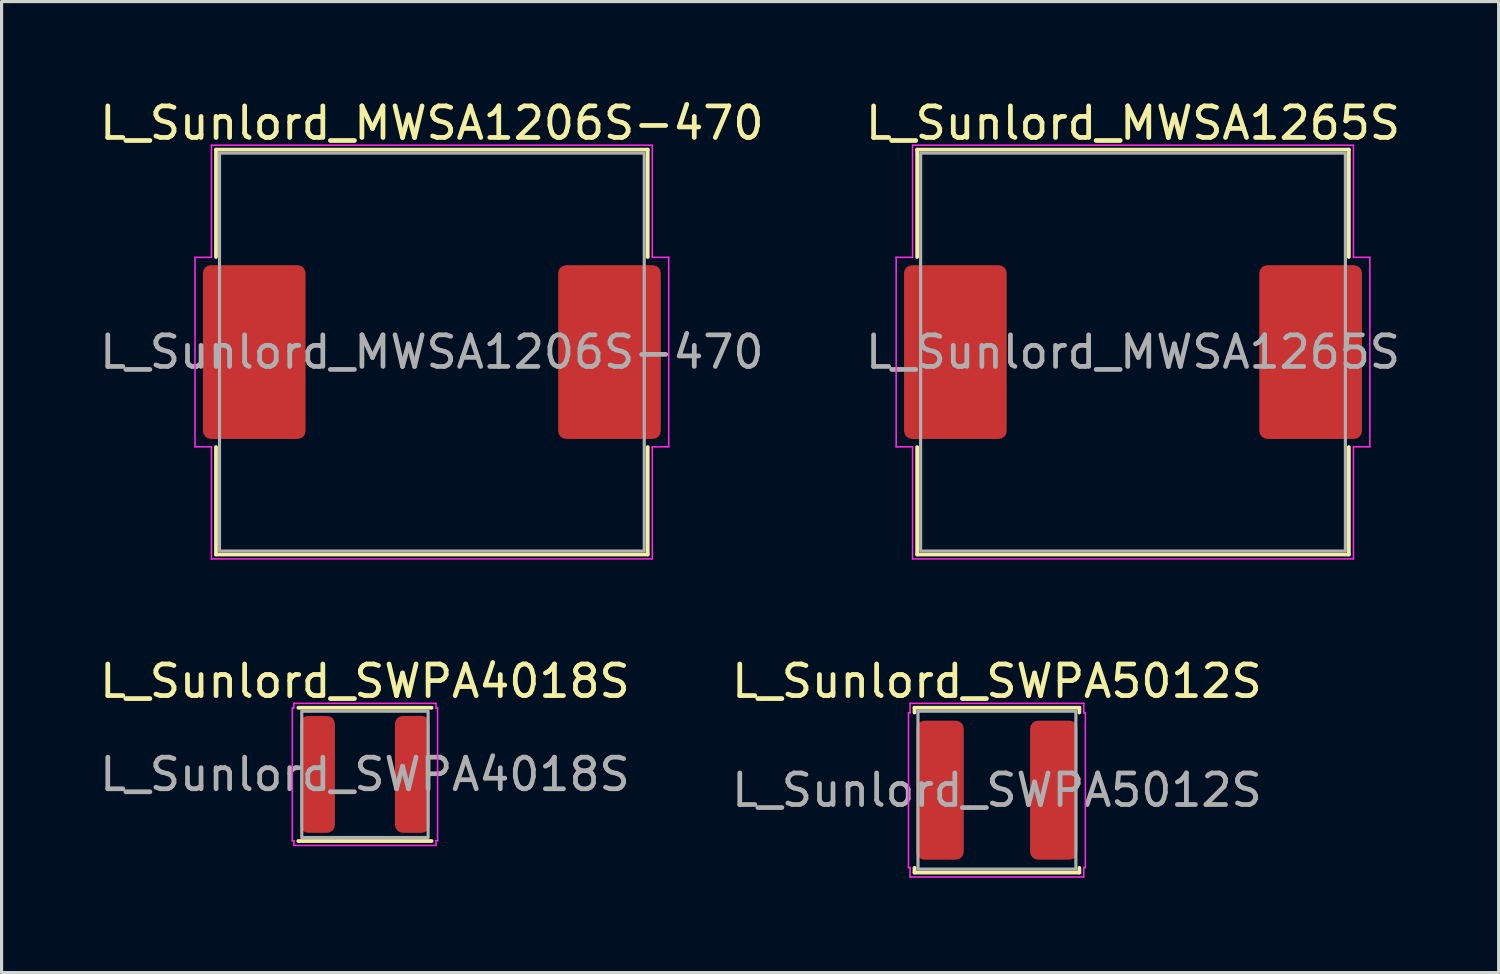
<source format=kicad_pcb>
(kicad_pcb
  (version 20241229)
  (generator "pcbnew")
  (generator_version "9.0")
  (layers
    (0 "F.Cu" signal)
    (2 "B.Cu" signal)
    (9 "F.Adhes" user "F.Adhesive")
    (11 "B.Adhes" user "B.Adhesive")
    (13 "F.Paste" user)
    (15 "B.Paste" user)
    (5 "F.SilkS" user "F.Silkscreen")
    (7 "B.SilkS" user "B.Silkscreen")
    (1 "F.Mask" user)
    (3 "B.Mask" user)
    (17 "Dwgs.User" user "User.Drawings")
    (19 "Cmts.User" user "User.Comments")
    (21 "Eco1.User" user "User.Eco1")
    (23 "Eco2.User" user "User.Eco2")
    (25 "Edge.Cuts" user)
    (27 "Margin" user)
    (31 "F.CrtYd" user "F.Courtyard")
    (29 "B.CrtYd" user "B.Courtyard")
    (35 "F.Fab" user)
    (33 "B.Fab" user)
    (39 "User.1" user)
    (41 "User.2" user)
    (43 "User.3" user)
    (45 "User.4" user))
  (footprint "L_Sunlord_SWPA4018S"
    (layer "F.Cu")
    (at 8.506 21.471)
    (property "Reference" "L_Sunlord_SWPA4018S" (at 0 -2.95 0) (layer "F.SilkS") (effects (font (size 1 1) (thickness 0.15))))
    (attr smd)
    (fp_line (start -2.11 -2.11) (end 2.11 -2.11) (stroke (width 0.12) (type solid)) (layer "F.SilkS"))
    (fp_line (start 2.11 2.11) (end -2.11 2.11) (stroke (width 0.12) (type solid)) (layer "F.SilkS"))
    (fp_line (start -2.3 -2.1) (end -2.25 -2.1) (stroke (width 0.05) (type solid)) (layer "F.CrtYd"))
    (fp_line (start -2.3 2.1) (end -2.3 -2.1) (stroke (width 0.05) (type solid)) (layer "F.CrtYd"))
    (fp_line (start -2.25 -2.25) (end 2.25 -2.25) (stroke (width 0.05) (type solid)) (layer "F.CrtYd"))
    (fp_line (start -2.25 -2.1) (end -2.25 -2.25) (stroke (width 0.05) (type solid)) (layer "F.CrtYd"))
    (fp_line (start -2.25 2.1) (end -2.3 2.1) (stroke (width 0.05) (type solid)) (layer "F.CrtYd"))
    (fp_line (start -2.25 2.25) (end -2.25 2.1) (stroke (width 0.05) (type solid)) (layer "F.CrtYd"))
    (fp_line (start 2.25 -2.25) (end 2.25 -2.1) (stroke (width 0.05) (type solid)) (layer "F.CrtYd"))
    (fp_line (start 2.25 -2.1) (end 2.3 -2.1) (stroke (width 0.05) (type solid)) (layer "F.CrtYd"))
    (fp_line (start 2.25 2.1) (end 2.25 2.25) (stroke (width 0.05) (type solid)) (layer "F.CrtYd"))
    (fp_line (start 2.25 2.25) (end -2.25 2.25) (stroke (width 0.05) (type solid)) (layer "F.CrtYd"))
    (fp_line (start 2.3 -2.1) (end 2.3 2.1) (stroke (width 0.05) (type solid)) (layer "F.CrtYd"))
    (fp_line (start 2.3 2.1) (end 2.25 2.1) (stroke (width 0.05) (type solid)) (layer "F.CrtYd"))
    (fp_rect (start -2 -2) (end 2 2) (stroke (width 0.1) (type solid)) (fill no) (layer "F.Fab"))
    (fp_text user "${REFERENCE}" (at 0 0 0) (layer "F.Fab") (effects (font (size 1 1) (thickness 0.15))))
    (pad "1" smd roundrect (at -1.5 0) (size 1.1 3.7) (layers "F.Cu" "F.Mask" "F.Paste") (roundrect_rratio 0.227))
    (pad "2" smd roundrect (at 1.5 0) (size 1.1 3.7) (layers "F.Cu" "F.Mask" "F.Paste") (roundrect_rratio 0.227)))
  (footprint "L_Sunlord_SWPA5012S"
    (layer "F.Cu")
    (at 28.518 21.971)
    (property "Reference" "L_Sunlord_SWPA5012S" (at 0 -3.45 0) (layer "F.SilkS") (effects (font (size 1 1) (thickness 0.15))))
    (attr smd)
    (fp_line (start -2.61 -2.61) (end 2.61 -2.61) (stroke (width 0.12) (type solid)) (layer "F.SilkS"))
    (fp_line (start -2.61 -2.46) (end -2.61 -2.61) (stroke (width 0.12) (type solid)) (layer "F.SilkS"))
    (fp_line (start -2.61 2.61) (end -2.61 2.46) (stroke (width 0.12) (type solid)) (layer "F.SilkS"))
    (fp_line (start 2.61 -2.61) (end 2.61 -2.46) (stroke (width 0.12) (type solid)) (layer "F.SilkS"))
    (fp_line (start 2.61 2.46) (end 2.61 2.61) (stroke (width 0.12) (type solid)) (layer "F.SilkS"))
    (fp_line (start 2.61 2.61) (end -2.61 2.61) (stroke (width 0.12) (type solid)) (layer "F.SilkS"))
    (fp_line (start -2.8 -2.45) (end -2.75 -2.45) (stroke (width 0.05) (type solid)) (layer "F.CrtYd"))
    (fp_line (start -2.8 2.45) (end -2.8 -2.45) (stroke (width 0.05) (type solid)) (layer "F.CrtYd"))
    (fp_line (start -2.75 -2.75) (end 2.75 -2.75) (stroke (width 0.05) (type solid)) (layer "F.CrtYd"))
    (fp_line (start -2.75 -2.45) (end -2.75 -2.75) (stroke (width 0.05) (type solid)) (layer "F.CrtYd"))
    (fp_line (start -2.75 2.45) (end -2.8 2.45) (stroke (width 0.05) (type solid)) (layer "F.CrtYd"))
    (fp_line (start -2.75 2.75) (end -2.75 2.45) (stroke (width 0.05) (type solid)) (layer "F.CrtYd"))
    (fp_line (start 2.75 -2.75) (end 2.75 -2.45) (stroke (width 0.05) (type solid)) (layer "F.CrtYd"))
    (fp_line (start 2.75 -2.45) (end 2.8 -2.45) (stroke (width 0.05) (type solid)) (layer "F.CrtYd"))
    (fp_line (start 2.75 2.45) (end 2.75 2.75) (stroke (width 0.05) (type solid)) (layer "F.CrtYd"))
    (fp_line (start 2.75 2.75) (end -2.75 2.75) (stroke (width 0.05) (type solid)) (layer "F.CrtYd"))
    (fp_line (start 2.8 -2.45) (end 2.8 2.45) (stroke (width 0.05) (type solid)) (layer "F.CrtYd"))
    (fp_line (start 2.8 2.45) (end 2.75 2.45) (stroke (width 0.05) (type solid)) (layer "F.CrtYd"))
    (fp_rect (start -2.5 -2.5) (end 2.5 2.5) (stroke (width 0.1) (type solid)) (fill no) (layer "F.Fab"))
    (fp_text user "${REFERENCE}" (at 0 0 0) (layer "F.Fab") (effects (font (size 1 1) (thickness 0.15))))
    (pad "1" smd roundrect (at -1.8 0) (size 1.5 4.4) (layers "F.Cu" "F.Mask" "F.Paste") (roundrect_rratio 0.167))
    (pad "2" smd roundrect (at 1.8 0) (size 1.5 4.4) (layers "F.Cu" "F.Mask" "F.Paste") (roundrect_rratio 0.167)))
  (footprint "L_Sunlord_MWSA1206S-470"
    (layer "F.Cu")
    (at 10.625 8.098)
    (property "Reference" "L_Sunlord_MWSA1206S-470" (at 0 -7.25 0) (layer "F.SilkS") (effects (font (size 1 1) (thickness 0.15))))
    (attr smd)
    (fp_line (start -6.835 -6.41) (end 6.835 -6.41) (stroke (width 0.12) (type solid)) (layer "F.SilkS"))
    (fp_line (start -6.835 -3.01) (end -6.835 -6.41) (stroke (width 0.12) (type solid)) (layer "F.SilkS"))
    (fp_line (start -6.835 6.41) (end -6.835 3.01) (stroke (width 0.12) (type solid)) (layer "F.SilkS"))
    (fp_line (start 6.835 -6.41) (end 6.835 -3.01) (stroke (width 0.12) (type solid)) (layer "F.SilkS"))
    (fp_line (start 6.835 3.01) (end 6.835 6.41) (stroke (width 0.12) (type solid)) (layer "F.SilkS"))
    (fp_line (start 6.835 6.41) (end -6.835 6.41) (stroke (width 0.12) (type solid)) (layer "F.SilkS"))
    (fp_line (start -7.5 -3) (end -6.98 -3) (stroke (width 0.05) (type solid)) (layer "F.CrtYd"))
    (fp_line (start -7.5 3) (end -7.5 -3) (stroke (width 0.05) (type solid)) (layer "F.CrtYd"))
    (fp_line (start -6.98 -6.55) (end 6.98 -6.55) (stroke (width 0.05) (type solid)) (layer "F.CrtYd"))
    (fp_line (start -6.98 -3) (end -6.98 -6.55) (stroke (width 0.05) (type solid)) (layer "F.CrtYd"))
    (fp_line (start -6.98 3) (end -7.5 3) (stroke (width 0.05) (type solid)) (layer "F.CrtYd"))
    (fp_line (start -6.98 6.55) (end -6.98 3) (stroke (width 0.05) (type solid)) (layer "F.CrtYd"))
    (fp_line (start 6.98 -6.55) (end 6.98 -3) (stroke (width 0.05) (type solid)) (layer "F.CrtYd"))
    (fp_line (start 6.98 -3) (end 7.5 -3) (stroke (width 0.05) (type solid)) (layer "F.CrtYd"))
    (fp_line (start 6.98 3) (end 6.98 6.55) (stroke (width 0.05) (type solid)) (layer "F.CrtYd"))
    (fp_line (start 6.98 6.55) (end -6.98 6.55) (stroke (width 0.05) (type solid)) (layer "F.CrtYd"))
    (fp_line (start 7.5 -3) (end 7.5 3) (stroke (width 0.05) (type solid)) (layer "F.CrtYd"))
    (fp_line (start 7.5 3) (end 6.98 3) (stroke (width 0.05) (type solid)) (layer "F.CrtYd"))
    (fp_rect (start -6.725 -6.3) (end 6.725 6.3) (stroke (width 0.1) (type solid)) (fill no) (layer "F.Fab"))
    (fp_text user "${REFERENCE}" (at 0 0 0) (layer "F.Fab") (effects (font (size 1 1) (thickness 0.15))))
    (pad "1" smd roundrect (at -5.625 0) (size 3.25 5.5) (layers "F.Cu" "F.Mask" "F.Paste") (roundrect_rratio 0.077))
    (pad "2" smd roundrect (at 5.625 0) (size 3.25 5.5) (layers "F.Cu" "F.Mask" "F.Paste") (roundrect_rratio 0.077)))
  (footprint "L_Sunlord_MWSA1265S"
    (layer "F.Cu")
    (at 32.827 8.098)
    (property "Reference" "L_Sunlord_MWSA1265S" (at 0 -7.25 0) (layer "F.SilkS") (effects (font (size 1 1) (thickness 0.15))))
    (attr smd)
    (fp_line (start -6.835 -6.41) (end 6.835 -6.41) (stroke (width 0.12) (type solid)) (layer "F.SilkS"))
    (fp_line (start -6.835 -3.01) (end -6.835 -6.41) (stroke (width 0.12) (type solid)) (layer "F.SilkS"))
    (fp_line (start -6.835 6.41) (end -6.835 3.01) (stroke (width 0.12) (type solid)) (layer "F.SilkS"))
    (fp_line (start 6.835 -6.41) (end 6.835 -3.01) (stroke (width 0.12) (type solid)) (layer "F.SilkS"))
    (fp_line (start 6.835 3.01) (end 6.835 6.41) (stroke (width 0.12) (type solid)) (layer "F.SilkS"))
    (fp_line (start 6.835 6.41) (end -6.835 6.41) (stroke (width 0.12) (type solid)) (layer "F.SilkS"))
    (fp_line (start -7.5 -3) (end -6.98 -3) (stroke (width 0.05) (type solid)) (layer "F.CrtYd"))
    (fp_line (start -7.5 3) (end -7.5 -3) (stroke (width 0.05) (type solid)) (layer "F.CrtYd"))
    (fp_line (start -6.98 -6.55) (end 6.98 -6.55) (stroke (width 0.05) (type solid)) (layer "F.CrtYd"))
    (fp_line (start -6.98 -3) (end -6.98 -6.55) (stroke (width 0.05) (type solid)) (layer "F.CrtYd"))
    (fp_line (start -6.98 3) (end -7.5 3) (stroke (width 0.05) (type solid)) (layer "F.CrtYd"))
    (fp_line (start -6.98 6.55) (end -6.98 3) (stroke (width 0.05) (type solid)) (layer "F.CrtYd"))
    (fp_line (start 6.98 -6.55) (end 6.98 -3) (stroke (width 0.05) (type solid)) (layer "F.CrtYd"))
    (fp_line (start 6.98 -3) (end 7.5 -3) (stroke (width 0.05) (type solid)) (layer "F.CrtYd"))
    (fp_line (start 6.98 3) (end 6.98 6.55) (stroke (width 0.05) (type solid)) (layer "F.CrtYd"))
    (fp_line (start 6.98 6.55) (end -6.98 6.55) (stroke (width 0.05) (type solid)) (layer "F.CrtYd"))
    (fp_line (start 7.5 -3) (end 7.5 3) (stroke (width 0.05) (type solid)) (layer "F.CrtYd"))
    (fp_line (start 7.5 3) (end 6.98 3) (stroke (width 0.05) (type solid)) (layer "F.CrtYd"))
    (fp_rect (start -6.725 -6.3) (end 6.725 6.3) (stroke (width 0.1) (type solid)) (fill no) (layer "F.Fab"))
    (fp_text user "${REFERENCE}" (at 0 0 0) (layer "F.Fab") (effects (font (size 1 1) (thickness 0.15))))
    (pad "1" smd roundrect (at -5.625 0) (size 3.25 5.5) (layers "F.Cu" "F.Mask" "F.Paste") (roundrect_rratio 0.077))
    (pad "2" smd roundrect (at 5.625 0) (size 3.25 5.5) (layers "F.Cu" "F.Mask" "F.Paste") (roundrect_rratio 0.077)))
  (gr_rect
    (start -3 -3)
    (end 44.405 27.747)
    (stroke (width 0.1) (type default))
    (fill no)
    (layer "Edge.Cuts")))
</source>
